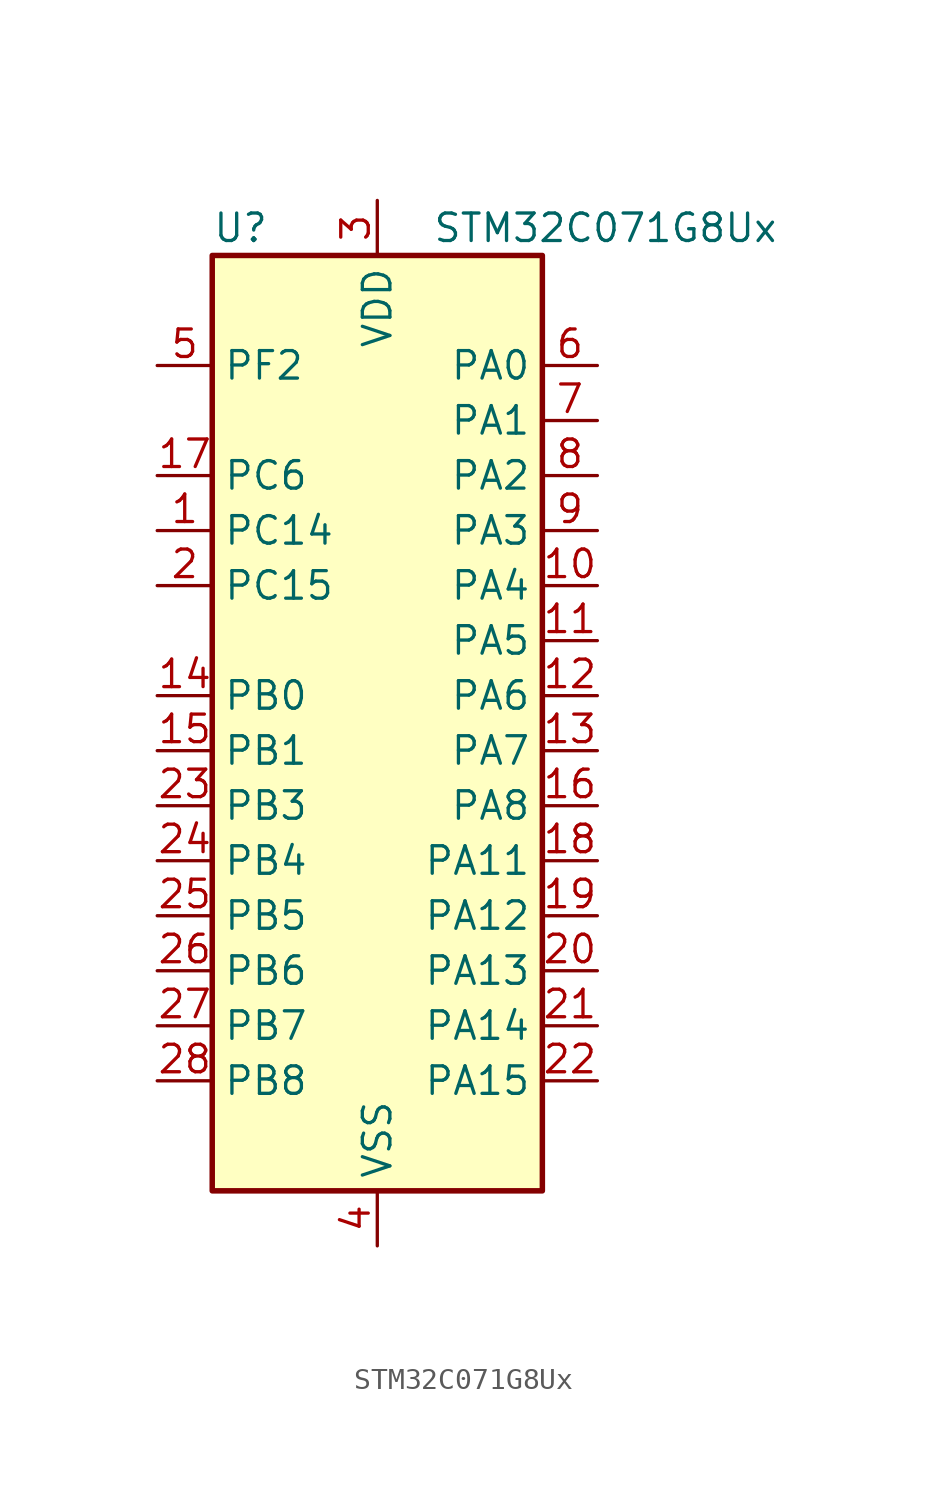
<source format=kicad_sym>
(kicad_symbol_lib
  (version 20241209)
  (generator "kicad_symbol_editor")
  (generator_version "9.0")
  (symbol "STM32C071G8Ux"
    (property "Reference" "U"
      (at -7.62 24.13 0)
      (effects (font (size 1.27 1.27)) (justify left)))
    (property "Value" "STM32C071G8Ux"
      (at 2.54 24.13 0)
      (effects (font (size 1.27 1.27)) (justify left)))
    (symbol "STM32C071G8Ux_0_1"
      (rectangle (start -7.62 -20.32) (end 7.62 22.86) (stroke (width 0.254) (type default)) (fill (type background))))
    (symbol "STM32C071G8Ux_1_1"
      (pin bidirectional line (at -10.16 17.78 0) (length 2.54) (name "PF2" (effects (font (size 1.27 1.27)))) (number "5" (effects (font (size 1.27 1.27)))) (alternate "RCC_MCO" bidirectional line) (alternate "TIM1_CH4" bidirectional line))
      (pin bidirectional line (at -10.16 12.7 0) (length 2.54) (name "PC6" (effects (font (size 1.27 1.27)))) (number "17" (effects (font (size 1.27 1.27)))) (alternate "TIM2_CH3" bidirectional line) (alternate "TIM3_CH1" bidirectional line))
      (pin bidirectional line (at -10.16 10.16 0) (length 2.54) (name "PC14" (effects (font (size 1.27 1.27)))) (number "1" (effects (font (size 1.27 1.27)))) (alternate "I2C1_SDA" bidirectional line) (alternate "IR_OUT" bidirectional line) (alternate "RCC_OSCX_IN" bidirectional line) (alternate "SPI2_NSS" bidirectional line) (alternate "TIM17_CH1" bidirectional line) (alternate "TIM1_BKIN2" bidirectional line) (alternate "TIM1_ETR" bidirectional line) (alternate "TIM3_CH2" bidirectional line) (alternate "USART1_TX" bidirectional line) (alternate "USART2_CK" bidirectional line) (alternate "USART2_DE" bidirectional line) (alternate "USART2_RTS" bidirectional line))
      (pin bidirectional line (at -10.16 7.62 0) (length 2.54) (name "PC15" (effects (font (size 1.27 1.27)))) (number "2" (effects (font (size 1.27 1.27)))) (alternate "RCC_OSC32_EN" bidirectional line) (alternate "RCC_OSCX_OUT" bidirectional line) (alternate "RCC_OSC_EN" bidirectional line) (alternate "TIM1_ETR" bidirectional line) (alternate "TIM3_CH3" bidirectional line))
      (pin bidirectional line (at -10.16 2.54 0) (length 2.54) (name "PB0" (effects (font (size 1.27 1.27)))) (number "14" (effects (font (size 1.27 1.27)))) (alternate "ADC1_IN17" bidirectional line) (alternate "I2S1_WS" bidirectional line) (alternate "SPI1_NSS" bidirectional line) (alternate "TIM1_CH2N" bidirectional line) (alternate "TIM3_CH3" bidirectional line))
      (pin bidirectional line (at -10.16 0 0) (length 2.54) (name "PB1" (effects (font (size 1.27 1.27)))) (number "15" (effects (font (size 1.27 1.27)))) (alternate "ADC1_IN18" bidirectional line) (alternate "TIM14_CH1" bidirectional line) (alternate "TIM1_CH2N" bidirectional line) (alternate "TIM1_CH3N" bidirectional line) (alternate "TIM3_CH4" bidirectional line))
      (pin bidirectional line (at -10.16 -2.54 0) (length 2.54) (name "PB3" (effects (font (size 1.27 1.27)))) (number "23" (effects (font (size 1.27 1.27)))) (alternate "I2C2_SCL" bidirectional line) (alternate "I2S1_CK" bidirectional line) (alternate "SPI1_SCK" bidirectional line) (alternate "TIM1_CH2" bidirectional line) (alternate "TIM2_CH2" bidirectional line) (alternate "TIM3_CH2" bidirectional line) (alternate "USART1_CK" bidirectional line) (alternate "USART1_DE" bidirectional line) (alternate "USART1_RTS" bidirectional line))
      (pin bidirectional line (at -10.16 -5.08 0) (length 2.54) (name "PB4" (effects (font (size 1.27 1.27)))) (number "24" (effects (font (size 1.27 1.27)))) (alternate "I2C2_SDA" bidirectional line) (alternate "I2S1_MCK" bidirectional line) (alternate "SPI1_MISO" bidirectional line) (alternate "TIM17_BKIN" bidirectional line) (alternate "TIM3_CH1" bidirectional line) (alternate "USART1_CTS" bidirectional line) (alternate "USART1_NSS" bidirectional line))
      (pin bidirectional line (at -10.16 -7.62 0) (length 2.54) (name "PB5" (effects (font (size 1.27 1.27)))) (number "25" (effects (font (size 1.27 1.27)))) (alternate "I2C1_SMBA" bidirectional line) (alternate "I2S1_SD" bidirectional line) (alternate "PWR_WKUP6" bidirectional line) (alternate "SPI1_MOSI" bidirectional line) (alternate "TIM16_BKIN" bidirectional line) (alternate "TIM3_CH2" bidirectional line) (alternate "TIM3_CH3" bidirectional line))
      (pin bidirectional line (at -10.16 -10.16 0) (length 2.54) (name "PB6" (effects (font (size 1.27 1.27)))) (number "26" (effects (font (size 1.27 1.27)))) (alternate "I2C1_SCL" bidirectional line) (alternate "I2C1_SMBA" bidirectional line) (alternate "I2S1_CK" bidirectional line) (alternate "I2S1_MCK" bidirectional line) (alternate "I2S1_SD" bidirectional line) (alternate "PWR_WKUP3" bidirectional line) (alternate "SPI1_MISO" bidirectional line) (alternate "SPI1_MOSI" bidirectional line) (alternate "SPI1_SCK" bidirectional line) (alternate "SPI2_MISO" bidirectional line) (alternate "TIM16_BKIN" bidirectional line) (alternate "TIM16_CH1N" bidirectional line) (alternate "TIM17_BKIN" bidirectional line) (alternate "TIM1_CH2" bidirectional line) (alternate "TIM1_CH3" bidirectional line) (alternate "TIM3_CH1" bidirectional line) (alternate "TIM3_CH2" bidirectional line) (alternate "TIM3_CH3" bidirectional line) (alternate "USART1_CTS" bidirectional line) (alternate "USART1_NSS" bidirectional line) (alternate "USART1_TX" bidirectional line))
      (pin bidirectional line (at -10.16 -12.7 0) (length 2.54) (name "PB7" (effects (font (size 1.27 1.27)))) (number "27" (effects (font (size 1.27 1.27)))) (alternate "I2C1_SCL" bidirectional line) (alternate "I2C1_SDA" bidirectional line) (alternate "RTC_REFIN" bidirectional line) (alternate "SPI2_MOSI" bidirectional line) (alternate "TIM16_CH1" bidirectional line) (alternate "TIM17_CH1N" bidirectional line) (alternate "TIM1_CH4" bidirectional line) (alternate "TIM3_CH1" bidirectional line) (alternate "TIM3_CH4" bidirectional line) (alternate "USART1_RX" bidirectional line) (alternate "USART2_CTS" bidirectional line) (alternate "USART2_NSS" bidirectional line))
      (pin bidirectional line (at -10.16 -15.24 0) (length 2.54) (name "PB8" (effects (font (size 1.27 1.27)))) (number "28" (effects (font (size 1.27 1.27)))) (alternate "I2C1_SCL" bidirectional line) (alternate "SPI2_SCK" bidirectional line) (alternate "TIM16_CH1" bidirectional line) (alternate "TIM3_CH1" bidirectional line) (alternate "USART2_CTS" bidirectional line) (alternate "USART2_NSS" bidirectional line))
      (pin power_in line (at 0 25.4 270) (length 2.54) (name "VDD" (effects (font (size 1.27 1.27)))) (number "3" (effects (font (size 1.27 1.27)))))
      (pin power_in line (at 0 -22.86 90) (length 2.54) (name "VSS" (effects (font (size 1.27 1.27)))) (number "4" (effects (font (size 1.27 1.27)))))
      (pin bidirectional line (at 10.16 17.78 180) (length 2.54) (name "PA0" (effects (font (size 1.27 1.27)))) (number "6" (effects (font (size 1.27 1.27)))) (alternate "ADC1_IN0" bidirectional line) (alternate "PWR_WKUP1" bidirectional line) (alternate "SPI2_SCK" bidirectional line) (alternate "TIM16_CH1" bidirectional line) (alternate "TIM1_CH1" bidirectional line) (alternate "TIM2_CH1" bidirectional line) (alternate "TIM2_ETR" bidirectional line) (alternate "USART1_TX" bidirectional line) (alternate "USART2_CTS" bidirectional line) (alternate "USART2_NSS" bidirectional line))
      (pin bidirectional line (at 10.16 15.24 180) (length 2.54) (name "PA1" (effects (font (size 1.27 1.27)))) (number "7" (effects (font (size 1.27 1.27)))) (alternate "ADC1_IN1" bidirectional line) (alternate "I2C1_SMBA" bidirectional line) (alternate "I2S1_CK" bidirectional line) (alternate "SPI1_SCK" bidirectional line) (alternate "TIM17_CH1" bidirectional line) (alternate "TIM1_CH2" bidirectional line) (alternate "TIM2_CH2" bidirectional line) (alternate "USART1_RX" bidirectional line) (alternate "USART2_CK" bidirectional line) (alternate "USART2_DE" bidirectional line) (alternate "USART2_RTS" bidirectional line))
      (pin bidirectional line (at 10.16 12.7 180) (length 2.54) (name "PA2" (effects (font (size 1.27 1.27)))) (number "8" (effects (font (size 1.27 1.27)))) (alternate "ADC1_IN2" bidirectional line) (alternate "I2S1_SD" bidirectional line) (alternate "PWR_WKUP4" bidirectional line) (alternate "RCC_LSCO" bidirectional line) (alternate "SPI1_MOSI" bidirectional line) (alternate "TIM16_CH1N" bidirectional line) (alternate "TIM1_CH3" bidirectional line) (alternate "TIM2_CH3" bidirectional line) (alternate "TIM3_ETR" bidirectional line) (alternate "USART2_TX" bidirectional line))
      (pin bidirectional line (at 10.16 10.16 180) (length 2.54) (name "PA3" (effects (font (size 1.27 1.27)))) (number "9" (effects (font (size 1.27 1.27)))) (alternate "ADC1_IN3" bidirectional line) (alternate "SPI2_MISO" bidirectional line) (alternate "TIM1_CH1N" bidirectional line) (alternate "TIM1_CH4" bidirectional line) (alternate "TIM2_CH4" bidirectional line) (alternate "USART2_RX" bidirectional line))
      (pin bidirectional line (at 10.16 7.62 180) (length 2.54) (name "PA4" (effects (font (size 1.27 1.27)))) (number "10" (effects (font (size 1.27 1.27)))) (alternate "ADC1_IN4" bidirectional line) (alternate "I2S1_WS" bidirectional line) (alternate "PWR_WKUP2" bidirectional line) (alternate "RTC_OUT1" bidirectional line) (alternate "RTC_TS" bidirectional line) (alternate "SPI1_NSS" bidirectional line) (alternate "SPI2_MOSI" bidirectional line) (alternate "TIM14_CH1" bidirectional line) (alternate "TIM17_CH1N" bidirectional line) (alternate "TIM1_CH2N" bidirectional line) (alternate "USART2_TX" bidirectional line) (alternate "USB_NOE" bidirectional line))
      (pin bidirectional line (at 10.16 5.08 180) (length 2.54) (name "PA5" (effects (font (size 1.27 1.27)))) (number "11" (effects (font (size 1.27 1.27)))) (alternate "ADC1_IN5" bidirectional line) (alternate "I2S1_CK" bidirectional line) (alternate "SPI1_SCK" bidirectional line) (alternate "TIM1_CH1" bidirectional line) (alternate "TIM1_CH3N" bidirectional line) (alternate "TIM2_CH1" bidirectional line) (alternate "TIM2_ETR" bidirectional line) (alternate "USART2_RX" bidirectional line))
      (pin bidirectional line (at 10.16 2.54 180) (length 2.54) (name "PA6" (effects (font (size 1.27 1.27)))) (number "12" (effects (font (size 1.27 1.27)))) (alternate "ADC1_IN6" bidirectional line) (alternate "I2C2_SDA" bidirectional line) (alternate "I2S1_MCK" bidirectional line) (alternate "SPI1_MISO" bidirectional line) (alternate "TIM16_CH1" bidirectional line) (alternate "TIM1_BKIN" bidirectional line) (alternate "TIM3_CH1" bidirectional line))
      (pin bidirectional line (at 10.16 0 180) (length 2.54) (name "PA7" (effects (font (size 1.27 1.27)))) (number "13" (effects (font (size 1.27 1.27)))) (alternate "ADC1_IN7" bidirectional line) (alternate "I2C2_SCL" bidirectional line) (alternate "I2S1_SD" bidirectional line) (alternate "SPI1_MOSI" bidirectional line) (alternate "TIM14_CH1" bidirectional line) (alternate "TIM17_CH1" bidirectional line) (alternate "TIM1_CH1N" bidirectional line) (alternate "TIM3_CH2" bidirectional line))
      (pin bidirectional line (at 10.16 -2.54 180) (length 2.54) (name "PA8" (effects (font (size 1.27 1.27)))) (number "16" (effects (font (size 1.27 1.27)))) (alternate "ADC1_IN8" bidirectional line) (alternate "CRS_SYNC" bidirectional line) (alternate "I2S1_WS" bidirectional line) (alternate "RCC_MCO" bidirectional line) (alternate "RCC_MCO2" bidirectional line) (alternate "SPI1_NSS" bidirectional line) (alternate "SPI2_MISO" bidirectional line) (alternate "SPI2_NSS" bidirectional line) (alternate "TIM14_CH1" bidirectional line) (alternate "TIM1_CH1" bidirectional line) (alternate "TIM1_CH2N" bidirectional line) (alternate "TIM1_CH3N" bidirectional line) (alternate "TIM3_CH3" bidirectional line) (alternate "TIM3_CH4" bidirectional line) (alternate "USART1_RX" bidirectional line) (alternate "USART2_TX" bidirectional line))
      (pin bidirectional line (at 10.16 -5.08 180) (length 2.54) (name "PA11" (effects (font (size 1.27 1.27)))) (number "18" (effects (font (size 1.27 1.27)))) (alternate "ADC1_EXTI11" bidirectional line) (alternate "I2C2_SCL" bidirectional line) (alternate "I2S1_MCK" bidirectional line) (alternate "SPI1_MISO" bidirectional line) (alternate "TIM1_BKIN2" bidirectional line) (alternate "TIM1_CH4" bidirectional line) (alternate "USART1_CTS" bidirectional line) (alternate "USART1_NSS" bidirectional line) (alternate "USB_DM" bidirectional line))
      (pin bidirectional line (at 10.16 -7.62 180) (length 2.54) (name "PA12" (effects (font (size 1.27 1.27)))) (number "19" (effects (font (size 1.27 1.27)))) (alternate "I2C2_SDA" bidirectional line) (alternate "I2S1_SD" bidirectional line) (alternate "I2S_CKIN" bidirectional line) (alternate "SPI1_MOSI" bidirectional line) (alternate "TIM1_ETR" bidirectional line) (alternate "USART1_CK" bidirectional line) (alternate "USART1_DE" bidirectional line) (alternate "USART1_RTS" bidirectional line) (alternate "USB_DP" bidirectional line))
      (pin bidirectional line (at 10.16 -10.16 180) (length 2.54) (name "PA13" (effects (font (size 1.27 1.27)))) (number "20" (effects (font (size 1.27 1.27)))) (alternate "ADC1_IN13" bidirectional line) (alternate "DEBUG_SWDIO" bidirectional line) (alternate "IR_OUT" bidirectional line) (alternate "TIM3_ETR" bidirectional line) (alternate "USART2_RX" bidirectional line) (alternate "USB_NOE" bidirectional line))
      (pin bidirectional line (at 10.16 -12.7 180) (length 2.54) (name "PA14" (effects (font (size 1.27 1.27)))) (number "21" (effects (font (size 1.27 1.27)))) (alternate "ADC1_IN14" bidirectional line) (alternate "DEBUG_SWCLK" bidirectional line) (alternate "I2S1_WS" bidirectional line) (alternate "RCC_MCO2" bidirectional line) (alternate "SPI1_NSS" bidirectional line) (alternate "TIM1_CH1" bidirectional line) (alternate "USART1_CK" bidirectional line) (alternate "USART1_DE" bidirectional line) (alternate "USART1_RTS" bidirectional line) (alternate "USART2_RX" bidirectional line) (alternate "USART2_TX" bidirectional line))
      (pin bidirectional line (at 10.16 -15.24 180) (length 2.54) (name "PA15" (effects (font (size 1.27 1.27)))) (number "22" (effects (font (size 1.27 1.27)))) (alternate "I2S1_WS" bidirectional line) (alternate "RCC_MCO2" bidirectional line) (alternate "SPI1_NSS" bidirectional line) (alternate "TIM1_CH1" bidirectional line) (alternate "TIM2_CH1" bidirectional line) (alternate "TIM2_ETR" bidirectional line) (alternate "USART1_CK" bidirectional line) (alternate "USART1_DE" bidirectional line) (alternate "USART1_RTS" bidirectional line) (alternate "USART2_RX" bidirectional line) (alternate "USB_NOE" bidirectional line)))))
</source>
